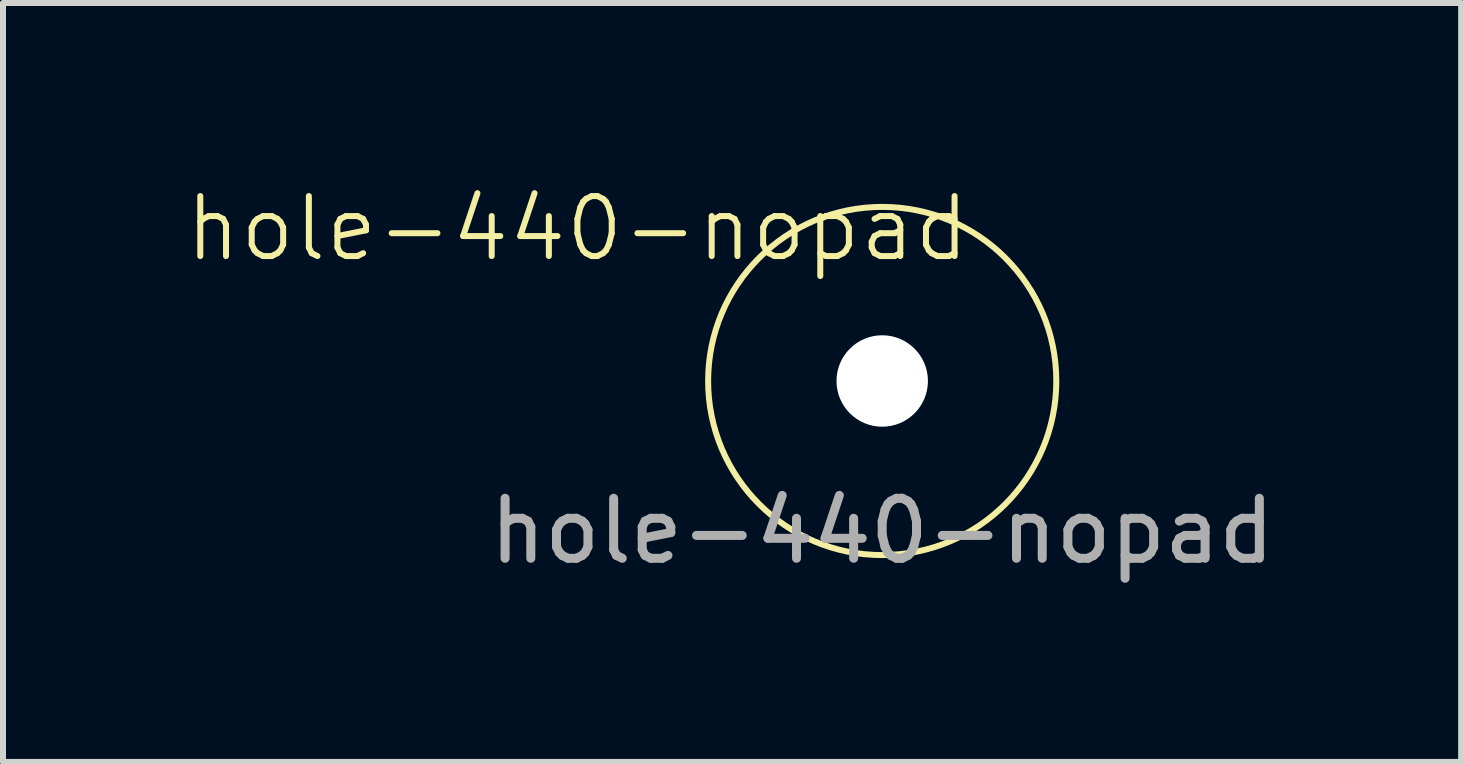
<source format=kicad_pcb>
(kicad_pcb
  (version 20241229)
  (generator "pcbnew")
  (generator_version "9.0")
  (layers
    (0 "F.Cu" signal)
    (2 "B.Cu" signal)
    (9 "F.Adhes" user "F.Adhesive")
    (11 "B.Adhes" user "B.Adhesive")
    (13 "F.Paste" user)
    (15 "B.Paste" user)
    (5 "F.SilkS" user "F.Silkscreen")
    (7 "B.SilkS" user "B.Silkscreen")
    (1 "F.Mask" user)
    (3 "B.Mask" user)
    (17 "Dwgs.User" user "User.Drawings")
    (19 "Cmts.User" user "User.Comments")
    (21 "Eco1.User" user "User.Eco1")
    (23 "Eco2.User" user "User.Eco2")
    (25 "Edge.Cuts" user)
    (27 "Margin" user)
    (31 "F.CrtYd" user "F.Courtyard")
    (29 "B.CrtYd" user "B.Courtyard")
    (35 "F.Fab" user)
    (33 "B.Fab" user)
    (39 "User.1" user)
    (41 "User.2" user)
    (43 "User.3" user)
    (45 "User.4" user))
  (footprint "hole-440-nopad"
    (layer "F.Cu")
    (at 11.654 3.3)
    (property "Reference" "hole-440-nopad" (at -5.08 -2.54 0) (unlocked yes) (layer "F.SilkS") (effects (font (size 1 1) (thickness 0.1))))
    (attr through_hole)
    (fp_circle (center 0 0) (end 1.143 2.667) (stroke (width 0.1) (type default)) (fill no) (layer "F.SilkS"))
    (fp_text user "${REFERENCE}" (at 0 2.5 0) (unlocked yes) (layer "F.Fab") (effects (font (size 1 1) (thickness 0.15))))
    (pad "" np_thru_hole circle (at 0 0) (size 1.524 1.524) (drill 3.251) (layers "*.Cu" "*.Mask")))
  (gr_rect
    (start -3 -3)
    (end 21.303 9.649)
    (stroke (width 0.1) (type default))
    (fill no)
    (layer "Edge.Cuts")))
</source>
